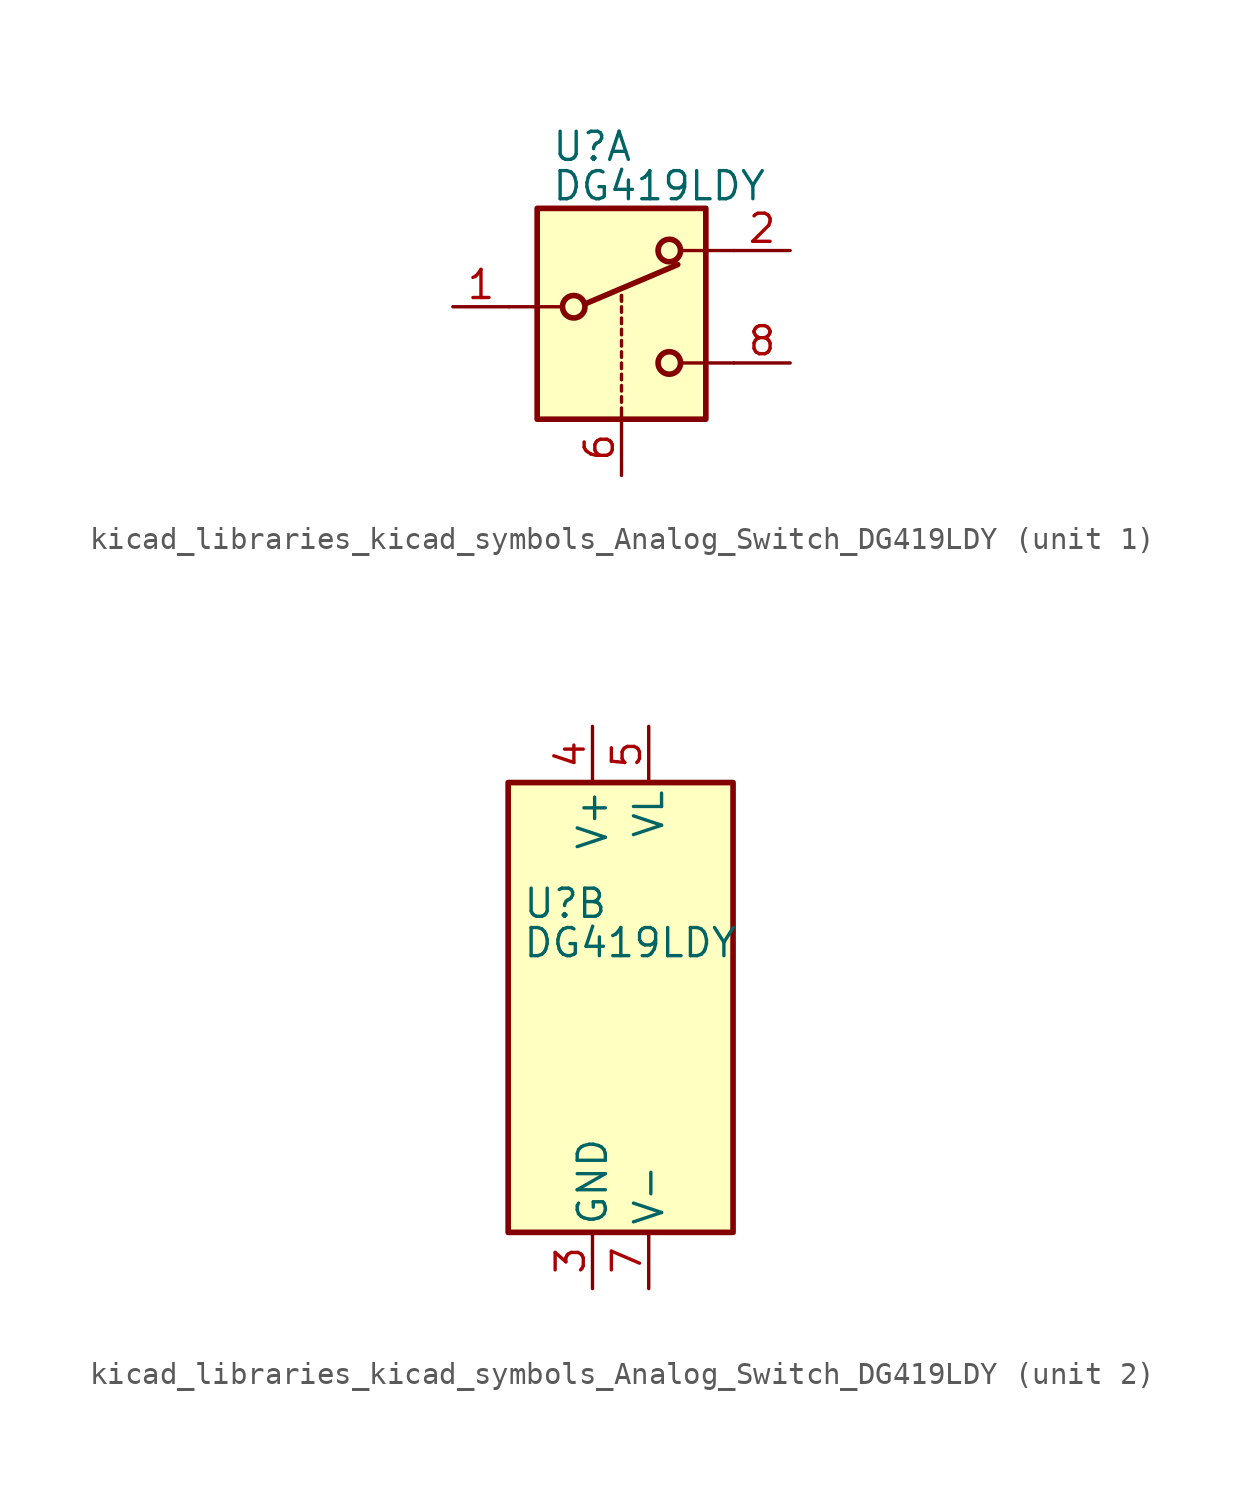
<source format=kicad_sym>
(kicad_symbol_lib
  (version 20220914)
  (generator kicad_symbol_editor)
  (symbol "kicad_libraries_kicad_symbols_Analog_Switch_DG419LDY"
    (pin_names
      (offset 0.254))
    (property "Reference" "U"
      (at -3.175 4.699 0)
      (effects (font (size 1.27 1.27)) (justify left)))
    (property "Value" "DG419LDY"
      (at -3.175 2.921 0)
      (effects (font (size 1.27 1.27)) (justify left)))
    (symbol "kicad_libraries_kicad_symbols_Analog_Switch_DG419LDY_1_1"
      (rectangle (start -3.81 1.905) (end 3.81 -7.62) (stroke (width 0.254) (type default)) (fill (type background)))
      (circle (center -2.159 -2.54) (radius 0.508) (stroke (width 0.254) (type default)) (fill (type none)))
      (polyline (pts (xy -5.08 -2.54) (xy -2.794 -2.54)) (stroke (width 0) (type default)) (fill (type none)))
      (polyline (pts (xy -1.651 -2.413) (xy 2.54 -0.635)) (stroke (width 0.254) (type default)) (fill (type none)))
      (polyline (pts (xy 0 -7.62) (xy 0 -7.112)) (stroke (width 0) (type default)) (fill (type none)))
      (polyline (pts (xy 0 -6.858) (xy 0 -6.604)) (stroke (width 0) (type default)) (fill (type none)))
      (polyline (pts (xy 0 -6.35) (xy 0 -6.096)) (stroke (width 0) (type default)) (fill (type none)))
      (polyline (pts (xy 0 -5.842) (xy 0 -5.588)) (stroke (width 0) (type default)) (fill (type none)))
      (polyline (pts (xy 0 -5.334) (xy 0 -5.08)) (stroke (width 0) (type default)) (fill (type none)))
      (polyline (pts (xy 0 -4.826) (xy 0 -4.572)) (stroke (width 0) (type default)) (fill (type none)))
      (polyline (pts (xy 0 -4.318) (xy 0 -4.064)) (stroke (width 0) (type default)) (fill (type none)))
      (polyline (pts (xy 0 -3.81) (xy 0 -3.556)) (stroke (width 0) (type default)) (fill (type none)))
      (polyline (pts (xy 0 -3.302) (xy 0 -3.048)) (stroke (width 0) (type default)) (fill (type none)))
      (polyline (pts (xy 0 -2.794) (xy 0 -2.54)) (stroke (width 0) (type default)) (fill (type none)))
      (polyline (pts (xy 0 -2.286) (xy 0 -2.032)) (stroke (width 0) (type default)) (fill (type none)))
      (polyline (pts (xy 0 -2.286) (xy 0 -2.032)) (stroke (width 0) (type default)) (fill (type none)))
      (polyline (pts (xy 5.08 -5.08) (xy 2.794 -5.08)) (stroke (width 0) (type default)) (fill (type none)))
      (polyline (pts (xy 5.08 0) (xy 2.794 0)) (stroke (width 0) (type default)) (fill (type none)))
      (circle (center 2.159 -5.08) (radius 0.508) (stroke (width 0.254) (type default)) (fill (type none)))
      (circle (center 2.159 0) (radius 0.508) (stroke (width 0.254) (type default)) (fill (type none)))
      (pin passive line (at -7.62 -2.54 0) (length 2.54) (name "~" (effects (font (size 1.27 1.27)))) (number "1" (effects (font (size 1.27 1.27)))))
      (pin passive line (at 7.62 0 180) (length 2.54) (name "~" (effects (font (size 1.27 1.27)))) (number "2" (effects (font (size 1.27 1.27)))))
      (pin input line (at 0 -10.16 90) (length 2.54) (name "~" (effects (font (size 1.27 1.27)))) (number "6" (effects (font (size 1.27 1.27)))))
      (pin passive line (at 7.62 -5.08 180) (length 2.54) (name "~" (effects (font (size 1.27 1.27)))) (number "8" (effects (font (size 1.27 1.27))))))
    (symbol "kicad_libraries_kicad_symbols_Analog_Switch_DG419LDY_2_0"
      (pin power_in line (at 0 -12.7 90) (length 2.54) (name "GND" (effects (font (size 1.27 1.27)))) (number "3" (effects (font (size 1.27 1.27)))))
      (pin power_in line (at 0 12.7 270) (length 2.54) (name "V+" (effects (font (size 1.27 1.27)))) (number "4" (effects (font (size 1.27 1.27)))))
      (pin power_in line (at 2.54 12.7 270) (length 2.54) (name "VL" (effects (font (size 1.27 1.27)))) (number "5" (effects (font (size 1.27 1.27)))))
      (pin power_in line (at 2.54 -12.7 90) (length 2.54) (name "V-" (effects (font (size 1.27 1.27)))) (number "7" (effects (font (size 1.27 1.27))))))
    (symbol "kicad_libraries_kicad_symbols_Analog_Switch_DG419LDY_2_1"
      (rectangle (start -3.81 10.16) (end 6.35 -10.16) (stroke (width 0.254) (type default)) (fill (type background))))))
</source>
